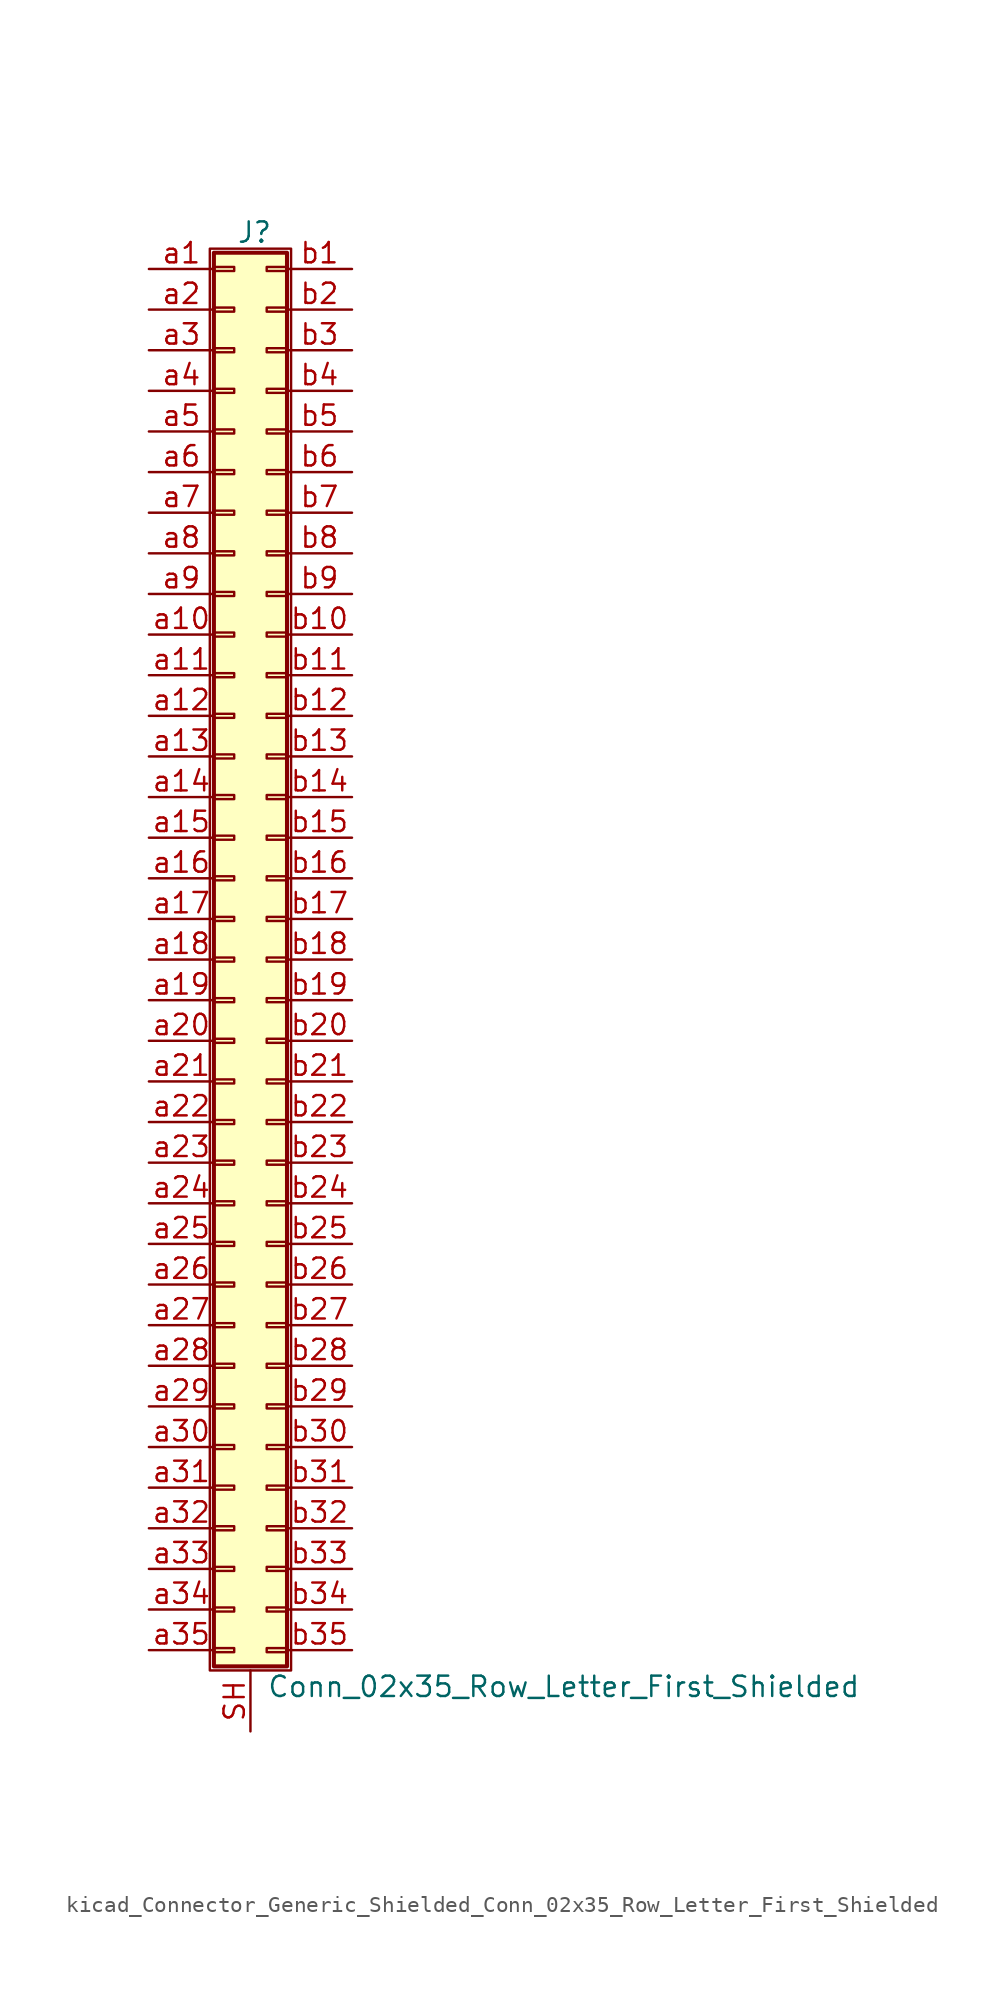
<source format=kicad_sym>
(kicad_symbol_lib
  (version 20220914)
  (generator kicad_symbol_editor)
  (symbol "kicad_Connector_Generic_Shielded_Conn_02x35_Row_Letter_First_Shielded"
    (pin_names
      (offset 1.016) hide)
    (property "Reference" "J"
      (at 1.524 45.466 0)
      (effects (font (size 1.27 1.27))))
    (property "Value" "Conn_02x35_Row_Letter_First_Shielded"
      (at 2.286 -45.466 0)
      (effects (font (size 1.27 1.27)) (justify left)))
    (symbol "kicad_Connector_Generic_Shielded_Conn_02x35_Row_Letter_First_Shielded_1_1"
      (rectangle (start -1.27 44.45) (end 3.81 -44.45) (stroke (width 0.152) (type default)) (fill (type none)))
      (rectangle (start -1.016 -43.053) (end 0.254 -43.307) (stroke (width 0.152) (type default)) (fill (type none)))
      (rectangle (start -1.016 -40.513) (end 0.254 -40.767) (stroke (width 0.152) (type default)) (fill (type none)))
      (rectangle (start -1.016 -37.973) (end 0.254 -38.227) (stroke (width 0.152) (type default)) (fill (type none)))
      (rectangle (start -1.016 -35.433) (end 0.254 -35.687) (stroke (width 0.152) (type default)) (fill (type none)))
      (rectangle (start -1.016 -32.893) (end 0.254 -33.147) (stroke (width 0.152) (type default)) (fill (type none)))
      (rectangle (start -1.016 -30.353) (end 0.254 -30.607) (stroke (width 0.152) (type default)) (fill (type none)))
      (rectangle (start -1.016 -27.813) (end 0.254 -28.067) (stroke (width 0.152) (type default)) (fill (type none)))
      (rectangle (start -1.016 -25.273) (end 0.254 -25.527) (stroke (width 0.152) (type default)) (fill (type none)))
      (rectangle (start -1.016 -22.733) (end 0.254 -22.987) (stroke (width 0.152) (type default)) (fill (type none)))
      (rectangle (start -1.016 -20.193) (end 0.254 -20.447) (stroke (width 0.152) (type default)) (fill (type none)))
      (rectangle (start -1.016 -17.653) (end 0.254 -17.907) (stroke (width 0.152) (type default)) (fill (type none)))
      (rectangle (start -1.016 -15.113) (end 0.254 -15.367) (stroke (width 0.152) (type default)) (fill (type none)))
      (rectangle (start -1.016 -12.573) (end 0.254 -12.827) (stroke (width 0.152) (type default)) (fill (type none)))
      (rectangle (start -1.016 -10.033) (end 0.254 -10.287) (stroke (width 0.152) (type default)) (fill (type none)))
      (rectangle (start -1.016 -7.493) (end 0.254 -7.747) (stroke (width 0.152) (type default)) (fill (type none)))
      (rectangle (start -1.016 -4.953) (end 0.254 -5.207) (stroke (width 0.152) (type default)) (fill (type none)))
      (rectangle (start -1.016 -2.413) (end 0.254 -2.667) (stroke (width 0.152) (type default)) (fill (type none)))
      (rectangle (start -1.016 0.127) (end 0.254 -0.127) (stroke (width 0.152) (type default)) (fill (type none)))
      (rectangle (start -1.016 2.667) (end 0.254 2.413) (stroke (width 0.152) (type default)) (fill (type none)))
      (rectangle (start -1.016 5.207) (end 0.254 4.953) (stroke (width 0.152) (type default)) (fill (type none)))
      (rectangle (start -1.016 7.747) (end 0.254 7.493) (stroke (width 0.152) (type default)) (fill (type none)))
      (rectangle (start -1.016 10.287) (end 0.254 10.033) (stroke (width 0.152) (type default)) (fill (type none)))
      (rectangle (start -1.016 12.827) (end 0.254 12.573) (stroke (width 0.152) (type default)) (fill (type none)))
      (rectangle (start -1.016 15.367) (end 0.254 15.113) (stroke (width 0.152) (type default)) (fill (type none)))
      (rectangle (start -1.016 17.907) (end 0.254 17.653) (stroke (width 0.152) (type default)) (fill (type none)))
      (rectangle (start -1.016 20.447) (end 0.254 20.193) (stroke (width 0.152) (type default)) (fill (type none)))
      (rectangle (start -1.016 22.987) (end 0.254 22.733) (stroke (width 0.152) (type default)) (fill (type none)))
      (rectangle (start -1.016 25.527) (end 0.254 25.273) (stroke (width 0.152) (type default)) (fill (type none)))
      (rectangle (start -1.016 28.067) (end 0.254 27.813) (stroke (width 0.152) (type default)) (fill (type none)))
      (rectangle (start -1.016 30.607) (end 0.254 30.353) (stroke (width 0.152) (type default)) (fill (type none)))
      (rectangle (start -1.016 33.147) (end 0.254 32.893) (stroke (width 0.152) (type default)) (fill (type none)))
      (rectangle (start -1.016 35.687) (end 0.254 35.433) (stroke (width 0.152) (type default)) (fill (type none)))
      (rectangle (start -1.016 38.227) (end 0.254 37.973) (stroke (width 0.152) (type default)) (fill (type none)))
      (rectangle (start -1.016 40.767) (end 0.254 40.513) (stroke (width 0.152) (type default)) (fill (type none)))
      (rectangle (start -1.016 43.307) (end 0.254 43.053) (stroke (width 0.152) (type default)) (fill (type none)))
      (rectangle (start -1.016 44.196) (end 3.556 -44.196) (stroke (width 0.254) (type default)) (fill (type background)))
      (rectangle (start 3.556 -43.053) (end 2.286 -43.307) (stroke (width 0.152) (type default)) (fill (type none)))
      (rectangle (start 3.556 -40.513) (end 2.286 -40.767) (stroke (width 0.152) (type default)) (fill (type none)))
      (rectangle (start 3.556 -37.973) (end 2.286 -38.227) (stroke (width 0.152) (type default)) (fill (type none)))
      (rectangle (start 3.556 -35.433) (end 2.286 -35.687) (stroke (width 0.152) (type default)) (fill (type none)))
      (rectangle (start 3.556 -32.893) (end 2.286 -33.147) (stroke (width 0.152) (type default)) (fill (type none)))
      (rectangle (start 3.556 -30.353) (end 2.286 -30.607) (stroke (width 0.152) (type default)) (fill (type none)))
      (rectangle (start 3.556 -27.813) (end 2.286 -28.067) (stroke (width 0.152) (type default)) (fill (type none)))
      (rectangle (start 3.556 -25.273) (end 2.286 -25.527) (stroke (width 0.152) (type default)) (fill (type none)))
      (rectangle (start 3.556 -22.733) (end 2.286 -22.987) (stroke (width 0.152) (type default)) (fill (type none)))
      (rectangle (start 3.556 -20.193) (end 2.286 -20.447) (stroke (width 0.152) (type default)) (fill (type none)))
      (rectangle (start 3.556 -17.653) (end 2.286 -17.907) (stroke (width 0.152) (type default)) (fill (type none)))
      (rectangle (start 3.556 -15.113) (end 2.286 -15.367) (stroke (width 0.152) (type default)) (fill (type none)))
      (rectangle (start 3.556 -12.573) (end 2.286 -12.827) (stroke (width 0.152) (type default)) (fill (type none)))
      (rectangle (start 3.556 -10.033) (end 2.286 -10.287) (stroke (width 0.152) (type default)) (fill (type none)))
      (rectangle (start 3.556 -7.493) (end 2.286 -7.747) (stroke (width 0.152) (type default)) (fill (type none)))
      (rectangle (start 3.556 -4.953) (end 2.286 -5.207) (stroke (width 0.152) (type default)) (fill (type none)))
      (rectangle (start 3.556 -2.413) (end 2.286 -2.667) (stroke (width 0.152) (type default)) (fill (type none)))
      (rectangle (start 3.556 0.127) (end 2.286 -0.127) (stroke (width 0.152) (type default)) (fill (type none)))
      (rectangle (start 3.556 2.667) (end 2.286 2.413) (stroke (width 0.152) (type default)) (fill (type none)))
      (rectangle (start 3.556 5.207) (end 2.286 4.953) (stroke (width 0.152) (type default)) (fill (type none)))
      (rectangle (start 3.556 7.747) (end 2.286 7.493) (stroke (width 0.152) (type default)) (fill (type none)))
      (rectangle (start 3.556 10.287) (end 2.286 10.033) (stroke (width 0.152) (type default)) (fill (type none)))
      (rectangle (start 3.556 12.827) (end 2.286 12.573) (stroke (width 0.152) (type default)) (fill (type none)))
      (rectangle (start 3.556 15.367) (end 2.286 15.113) (stroke (width 0.152) (type default)) (fill (type none)))
      (rectangle (start 3.556 17.907) (end 2.286 17.653) (stroke (width 0.152) (type default)) (fill (type none)))
      (rectangle (start 3.556 20.447) (end 2.286 20.193) (stroke (width 0.152) (type default)) (fill (type none)))
      (rectangle (start 3.556 22.987) (end 2.286 22.733) (stroke (width 0.152) (type default)) (fill (type none)))
      (rectangle (start 3.556 25.527) (end 2.286 25.273) (stroke (width 0.152) (type default)) (fill (type none)))
      (rectangle (start 3.556 28.067) (end 2.286 27.813) (stroke (width 0.152) (type default)) (fill (type none)))
      (rectangle (start 3.556 30.607) (end 2.286 30.353) (stroke (width 0.152) (type default)) (fill (type none)))
      (rectangle (start 3.556 33.147) (end 2.286 32.893) (stroke (width 0.152) (type default)) (fill (type none)))
      (rectangle (start 3.556 35.687) (end 2.286 35.433) (stroke (width 0.152) (type default)) (fill (type none)))
      (rectangle (start 3.556 38.227) (end 2.286 37.973) (stroke (width 0.152) (type default)) (fill (type none)))
      (rectangle (start 3.556 40.767) (end 2.286 40.513) (stroke (width 0.152) (type default)) (fill (type none)))
      (rectangle (start 3.556 43.307) (end 2.286 43.053) (stroke (width 0.152) (type default)) (fill (type none)))
      (pin passive line (at 1.27 -48.26 90) (length 3.81) (name "Shield" (effects (font (size 1.27 1.27)))) (number "SH" (effects (font (size 1.27 1.27)))))
      (pin passive line (at -5.08 43.18 0) (length 4.064) (name "Pin_a1" (effects (font (size 1.27 1.27)))) (number "a1" (effects (font (size 1.27 1.27)))))
      (pin passive line (at -5.08 20.32 0) (length 4.064) (name "Pin_a10" (effects (font (size 1.27 1.27)))) (number "a10" (effects (font (size 1.27 1.27)))))
      (pin passive line (at -5.08 17.78 0) (length 4.064) (name "Pin_a11" (effects (font (size 1.27 1.27)))) (number "a11" (effects (font (size 1.27 1.27)))))
      (pin passive line (at -5.08 15.24 0) (length 4.064) (name "Pin_a12" (effects (font (size 1.27 1.27)))) (number "a12" (effects (font (size 1.27 1.27)))))
      (pin passive line (at -5.08 12.7 0) (length 4.064) (name "Pin_a13" (effects (font (size 1.27 1.27)))) (number "a13" (effects (font (size 1.27 1.27)))))
      (pin passive line (at -5.08 10.16 0) (length 4.064) (name "Pin_a14" (effects (font (size 1.27 1.27)))) (number "a14" (effects (font (size 1.27 1.27)))))
      (pin passive line (at -5.08 7.62 0) (length 4.064) (name "Pin_a15" (effects (font (size 1.27 1.27)))) (number "a15" (effects (font (size 1.27 1.27)))))
      (pin passive line (at -5.08 5.08 0) (length 4.064) (name "Pin_a16" (effects (font (size 1.27 1.27)))) (number "a16" (effects (font (size 1.27 1.27)))))
      (pin passive line (at -5.08 2.54 0) (length 4.064) (name "Pin_a17" (effects (font (size 1.27 1.27)))) (number "a17" (effects (font (size 1.27 1.27)))))
      (pin passive line (at -5.08 0 0) (length 4.064) (name "Pin_a18" (effects (font (size 1.27 1.27)))) (number "a18" (effects (font (size 1.27 1.27)))))
      (pin passive line (at -5.08 -2.54 0) (length 4.064) (name "Pin_a19" (effects (font (size 1.27 1.27)))) (number "a19" (effects (font (size 1.27 1.27)))))
      (pin passive line (at -5.08 40.64 0) (length 4.064) (name "Pin_a2" (effects (font (size 1.27 1.27)))) (number "a2" (effects (font (size 1.27 1.27)))))
      (pin passive line (at -5.08 -5.08 0) (length 4.064) (name "Pin_a20" (effects (font (size 1.27 1.27)))) (number "a20" (effects (font (size 1.27 1.27)))))
      (pin passive line (at -5.08 -7.62 0) (length 4.064) (name "Pin_a21" (effects (font (size 1.27 1.27)))) (number "a21" (effects (font (size 1.27 1.27)))))
      (pin passive line (at -5.08 -10.16 0) (length 4.064) (name "Pin_a22" (effects (font (size 1.27 1.27)))) (number "a22" (effects (font (size 1.27 1.27)))))
      (pin passive line (at -5.08 -12.7 0) (length 4.064) (name "Pin_a23" (effects (font (size 1.27 1.27)))) (number "a23" (effects (font (size 1.27 1.27)))))
      (pin passive line (at -5.08 -15.24 0) (length 4.064) (name "Pin_a24" (effects (font (size 1.27 1.27)))) (number "a24" (effects (font (size 1.27 1.27)))))
      (pin passive line (at -5.08 -17.78 0) (length 4.064) (name "Pin_a25" (effects (font (size 1.27 1.27)))) (number "a25" (effects (font (size 1.27 1.27)))))
      (pin passive line (at -5.08 -20.32 0) (length 4.064) (name "Pin_a26" (effects (font (size 1.27 1.27)))) (number "a26" (effects (font (size 1.27 1.27)))))
      (pin passive line (at -5.08 -22.86 0) (length 4.064) (name "Pin_a27" (effects (font (size 1.27 1.27)))) (number "a27" (effects (font (size 1.27 1.27)))))
      (pin passive line (at -5.08 -25.4 0) (length 4.064) (name "Pin_a28" (effects (font (size 1.27 1.27)))) (number "a28" (effects (font (size 1.27 1.27)))))
      (pin passive line (at -5.08 -27.94 0) (length 4.064) (name "Pin_a29" (effects (font (size 1.27 1.27)))) (number "a29" (effects (font (size 1.27 1.27)))))
      (pin passive line (at -5.08 38.1 0) (length 4.064) (name "Pin_a3" (effects (font (size 1.27 1.27)))) (number "a3" (effects (font (size 1.27 1.27)))))
      (pin passive line (at -5.08 -30.48 0) (length 4.064) (name "Pin_a30" (effects (font (size 1.27 1.27)))) (number "a30" (effects (font (size 1.27 1.27)))))
      (pin passive line (at -5.08 -33.02 0) (length 4.064) (name "Pin_a31" (effects (font (size 1.27 1.27)))) (number "a31" (effects (font (size 1.27 1.27)))))
      (pin passive line (at -5.08 -35.56 0) (length 4.064) (name "Pin_a32" (effects (font (size 1.27 1.27)))) (number "a32" (effects (font (size 1.27 1.27)))))
      (pin passive line (at -5.08 -38.1 0) (length 4.064) (name "Pin_a33" (effects (font (size 1.27 1.27)))) (number "a33" (effects (font (size 1.27 1.27)))))
      (pin passive line (at -5.08 -40.64 0) (length 4.064) (name "Pin_a34" (effects (font (size 1.27 1.27)))) (number "a34" (effects (font (size 1.27 1.27)))))
      (pin passive line (at -5.08 -43.18 0) (length 4.064) (name "Pin_a35" (effects (font (size 1.27 1.27)))) (number "a35" (effects (font (size 1.27 1.27)))))
      (pin passive line (at -5.08 35.56 0) (length 4.064) (name "Pin_a4" (effects (font (size 1.27 1.27)))) (number "a4" (effects (font (size 1.27 1.27)))))
      (pin passive line (at -5.08 33.02 0) (length 4.064) (name "Pin_a5" (effects (font (size 1.27 1.27)))) (number "a5" (effects (font (size 1.27 1.27)))))
      (pin passive line (at -5.08 30.48 0) (length 4.064) (name "Pin_a6" (effects (font (size 1.27 1.27)))) (number "a6" (effects (font (size 1.27 1.27)))))
      (pin passive line (at -5.08 27.94 0) (length 4.064) (name "Pin_a7" (effects (font (size 1.27 1.27)))) (number "a7" (effects (font (size 1.27 1.27)))))
      (pin passive line (at -5.08 25.4 0) (length 4.064) (name "Pin_a8" (effects (font (size 1.27 1.27)))) (number "a8" (effects (font (size 1.27 1.27)))))
      (pin passive line (at -5.08 22.86 0) (length 4.064) (name "Pin_a9" (effects (font (size 1.27 1.27)))) (number "a9" (effects (font (size 1.27 1.27)))))
      (pin passive line (at 7.62 43.18 180) (length 4.064) (name "Pin_b1" (effects (font (size 1.27 1.27)))) (number "b1" (effects (font (size 1.27 1.27)))))
      (pin passive line (at 7.62 20.32 180) (length 4.064) (name "Pin_b10" (effects (font (size 1.27 1.27)))) (number "b10" (effects (font (size 1.27 1.27)))))
      (pin passive line (at 7.62 17.78 180) (length 4.064) (name "Pin_b11" (effects (font (size 1.27 1.27)))) (number "b11" (effects (font (size 1.27 1.27)))))
      (pin passive line (at 7.62 15.24 180) (length 4.064) (name "Pin_b12" (effects (font (size 1.27 1.27)))) (number "b12" (effects (font (size 1.27 1.27)))))
      (pin passive line (at 7.62 12.7 180) (length 4.064) (name "Pin_b13" (effects (font (size 1.27 1.27)))) (number "b13" (effects (font (size 1.27 1.27)))))
      (pin passive line (at 7.62 10.16 180) (length 4.064) (name "Pin_b14" (effects (font (size 1.27 1.27)))) (number "b14" (effects (font (size 1.27 1.27)))))
      (pin passive line (at 7.62 7.62 180) (length 4.064) (name "Pin_b15" (effects (font (size 1.27 1.27)))) (number "b15" (effects (font (size 1.27 1.27)))))
      (pin passive line (at 7.62 5.08 180) (length 4.064) (name "Pin_b16" (effects (font (size 1.27 1.27)))) (number "b16" (effects (font (size 1.27 1.27)))))
      (pin passive line (at 7.62 2.54 180) (length 4.064) (name "Pin_b17" (effects (font (size 1.27 1.27)))) (number "b17" (effects (font (size 1.27 1.27)))))
      (pin passive line (at 7.62 0 180) (length 4.064) (name "Pin_b18" (effects (font (size 1.27 1.27)))) (number "b18" (effects (font (size 1.27 1.27)))))
      (pin passive line (at 7.62 -2.54 180) (length 4.064) (name "Pin_b19" (effects (font (size 1.27 1.27)))) (number "b19" (effects (font (size 1.27 1.27)))))
      (pin passive line (at 7.62 40.64 180) (length 4.064) (name "Pin_b2" (effects (font (size 1.27 1.27)))) (number "b2" (effects (font (size 1.27 1.27)))))
      (pin passive line (at 7.62 -5.08 180) (length 4.064) (name "Pin_b20" (effects (font (size 1.27 1.27)))) (number "b20" (effects (font (size 1.27 1.27)))))
      (pin passive line (at 7.62 -7.62 180) (length 4.064) (name "Pin_b21" (effects (font (size 1.27 1.27)))) (number "b21" (effects (font (size 1.27 1.27)))))
      (pin passive line (at 7.62 -10.16 180) (length 4.064) (name "Pin_b22" (effects (font (size 1.27 1.27)))) (number "b22" (effects (font (size 1.27 1.27)))))
      (pin passive line (at 7.62 -12.7 180) (length 4.064) (name "Pin_b23" (effects (font (size 1.27 1.27)))) (number "b23" (effects (font (size 1.27 1.27)))))
      (pin passive line (at 7.62 -15.24 180) (length 4.064) (name "Pin_b24" (effects (font (size 1.27 1.27)))) (number "b24" (effects (font (size 1.27 1.27)))))
      (pin passive line (at 7.62 -17.78 180) (length 4.064) (name "Pin_b25" (effects (font (size 1.27 1.27)))) (number "b25" (effects (font (size 1.27 1.27)))))
      (pin passive line (at 7.62 -20.32 180) (length 4.064) (name "Pin_b26" (effects (font (size 1.27 1.27)))) (number "b26" (effects (font (size 1.27 1.27)))))
      (pin passive line (at 7.62 -22.86 180) (length 4.064) (name "Pin_b27" (effects (font (size 1.27 1.27)))) (number "b27" (effects (font (size 1.27 1.27)))))
      (pin passive line (at 7.62 -25.4 180) (length 4.064) (name "Pin_b28" (effects (font (size 1.27 1.27)))) (number "b28" (effects (font (size 1.27 1.27)))))
      (pin passive line (at 7.62 -27.94 180) (length 4.064) (name "Pin_b29" (effects (font (size 1.27 1.27)))) (number "b29" (effects (font (size 1.27 1.27)))))
      (pin passive line (at 7.62 38.1 180) (length 4.064) (name "Pin_b3" (effects (font (size 1.27 1.27)))) (number "b3" (effects (font (size 1.27 1.27)))))
      (pin passive line (at 7.62 -30.48 180) (length 4.064) (name "Pin_b30" (effects (font (size 1.27 1.27)))) (number "b30" (effects (font (size 1.27 1.27)))))
      (pin passive line (at 7.62 -33.02 180) (length 4.064) (name "Pin_b31" (effects (font (size 1.27 1.27)))) (number "b31" (effects (font (size 1.27 1.27)))))
      (pin passive line (at 7.62 -35.56 180) (length 4.064) (name "Pin_b32" (effects (font (size 1.27 1.27)))) (number "b32" (effects (font (size 1.27 1.27)))))
      (pin passive line (at 7.62 -38.1 180) (length 4.064) (name "Pin_b33" (effects (font (size 1.27 1.27)))) (number "b33" (effects (font (size 1.27 1.27)))))
      (pin passive line (at 7.62 -40.64 180) (length 4.064) (name "Pin_b34" (effects (font (size 1.27 1.27)))) (number "b34" (effects (font (size 1.27 1.27)))))
      (pin passive line (at 7.62 -43.18 180) (length 4.064) (name "Pin_b35" (effects (font (size 1.27 1.27)))) (number "b35" (effects (font (size 1.27 1.27)))))
      (pin passive line (at 7.62 35.56 180) (length 4.064) (name "Pin_b4" (effects (font (size 1.27 1.27)))) (number "b4" (effects (font (size 1.27 1.27)))))
      (pin passive line (at 7.62 33.02 180) (length 4.064) (name "Pin_b5" (effects (font (size 1.27 1.27)))) (number "b5" (effects (font (size 1.27 1.27)))))
      (pin passive line (at 7.62 30.48 180) (length 4.064) (name "Pin_b6" (effects (font (size 1.27 1.27)))) (number "b6" (effects (font (size 1.27 1.27)))))
      (pin passive line (at 7.62 27.94 180) (length 4.064) (name "Pin_b7" (effects (font (size 1.27 1.27)))) (number "b7" (effects (font (size 1.27 1.27)))))
      (pin passive line (at 7.62 25.4 180) (length 4.064) (name "Pin_b8" (effects (font (size 1.27 1.27)))) (number "b8" (effects (font (size 1.27 1.27)))))
      (pin passive line (at 7.62 22.86 180) (length 4.064) (name "Pin_b9" (effects (font (size 1.27 1.27)))) (number "b9" (effects (font (size 1.27 1.27))))))))
</source>
